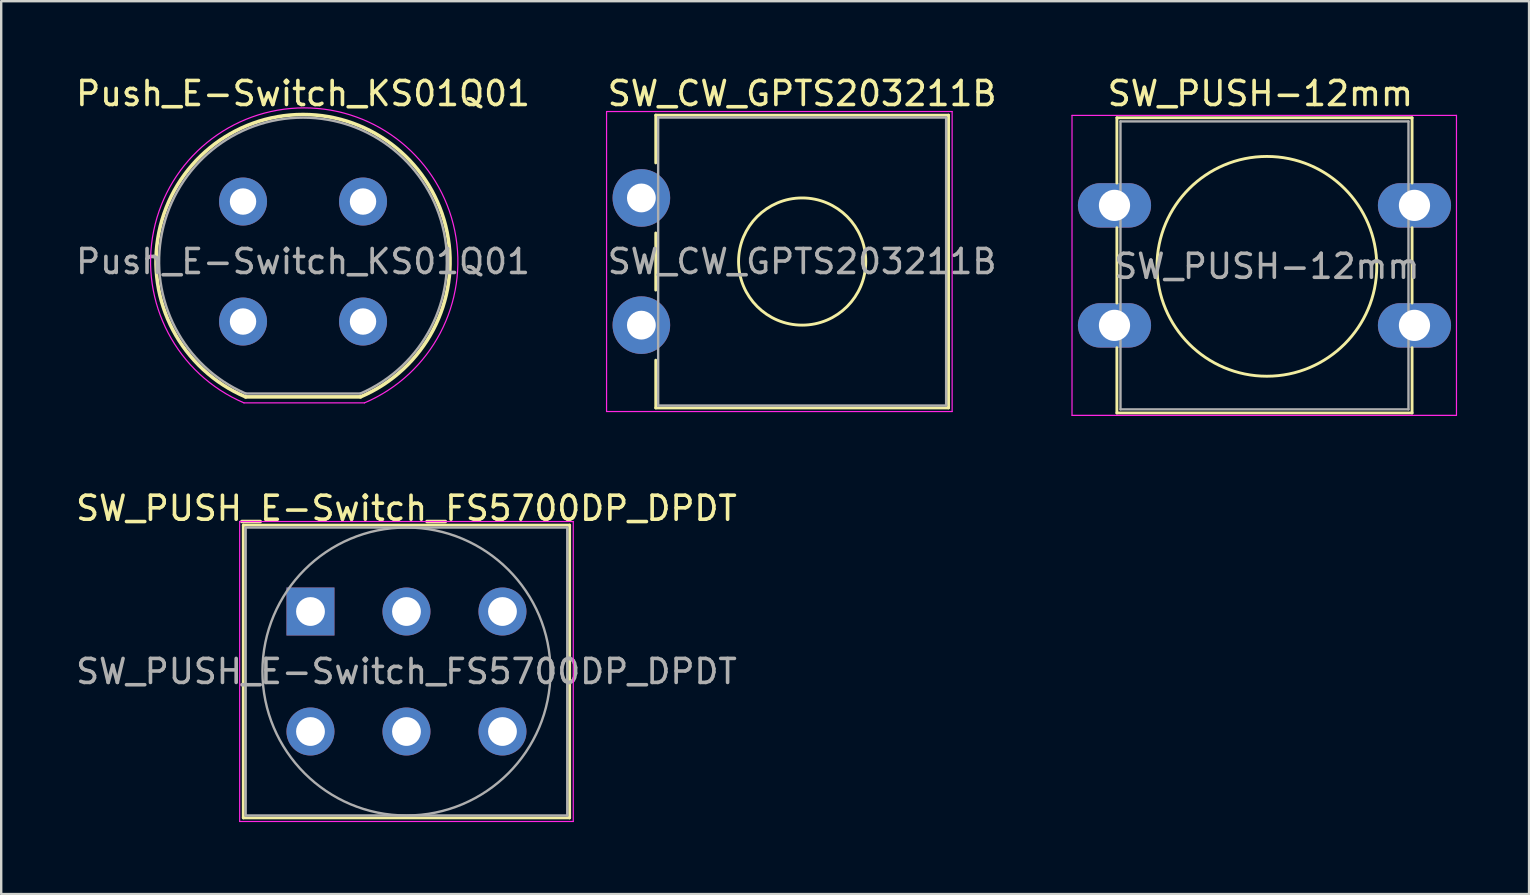
<source format=kicad_pcb>
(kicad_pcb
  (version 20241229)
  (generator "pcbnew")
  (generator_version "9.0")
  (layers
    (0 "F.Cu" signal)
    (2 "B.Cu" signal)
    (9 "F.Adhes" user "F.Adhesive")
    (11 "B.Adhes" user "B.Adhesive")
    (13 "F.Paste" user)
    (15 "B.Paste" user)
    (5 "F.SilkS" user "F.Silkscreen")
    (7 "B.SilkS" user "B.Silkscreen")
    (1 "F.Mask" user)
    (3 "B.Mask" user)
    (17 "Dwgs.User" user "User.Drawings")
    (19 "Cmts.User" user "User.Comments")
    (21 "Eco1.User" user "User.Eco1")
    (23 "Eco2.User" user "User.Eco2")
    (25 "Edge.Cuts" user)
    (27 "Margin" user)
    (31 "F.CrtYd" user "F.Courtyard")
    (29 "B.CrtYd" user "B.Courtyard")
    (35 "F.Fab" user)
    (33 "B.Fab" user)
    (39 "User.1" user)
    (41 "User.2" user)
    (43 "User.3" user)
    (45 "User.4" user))
  (footprint "SW_PUSH-12mm"
    (layer "F.Cu")
    (at 43.39 5.508)
    (property "Reference" "SW_PUSH-12mm" (at 6.08 -4.66 0) (layer "F.SilkS") (effects (font (size 1 1) (thickness 0.15))))
    (attr through_hole)
    (fp_line (start 0.1 -3.65) (end 12.4 -3.65) (stroke (width 0.12) (type solid)) (layer "F.SilkS"))
    (fp_line (start 0.1 -0.93) (end 0.1 -3.65) (stroke (width 0.12) (type solid)) (layer "F.SilkS"))
    (fp_line (start 0.1 4.07) (end 0.1 0.93) (stroke (width 0.12) (type solid)) (layer "F.SilkS"))
    (fp_line (start 0.1 8.65) (end 0.1 5.93) (stroke (width 0.12) (type solid)) (layer "F.SilkS"))
    (fp_line (start 12.4 -3.65) (end 12.4 -0.93) (stroke (width 0.12) (type solid)) (layer "F.SilkS"))
    (fp_line (start 12.4 0.93) (end 12.4 4.07) (stroke (width 0.12) (type solid)) (layer "F.SilkS"))
    (fp_line (start 12.4 5.93) (end 12.4 8.65) (stroke (width 0.12) (type solid)) (layer "F.SilkS"))
    (fp_line (start 12.4 8.65) (end 0.1 8.65) (stroke (width 0.12) (type solid)) (layer "F.SilkS"))
    (fp_circle (center 6.35 2.54) (end 10.16 5.08) (stroke (width 0.12) (type solid)) (fill no) (layer "F.SilkS"))
    (fp_line (start -1.77 -3.75) (end -1.77 8.75) (stroke (width 0.05) (type solid)) (layer "F.CrtYd"))
    (fp_line (start -1.77 -3.75) (end 14.25 -3.75) (stroke (width 0.05) (type solid)) (layer "F.CrtYd"))
    (fp_line (start 14.25 8.75) (end -1.77 8.75) (stroke (width 0.05) (type solid)) (layer "F.CrtYd"))
    (fp_line (start 14.25 8.75) (end 14.25 -3.75) (stroke (width 0.05) (type solid)) (layer "F.CrtYd"))
    (fp_line (start 0.25 -3.5) (end 0.25 8.5) (stroke (width 0.1) (type solid)) (layer "F.Fab"))
    (fp_line (start 0.25 -3.5) (end 12.25 -3.5) (stroke (width 0.1) (type solid)) (layer "F.Fab"))
    (fp_line (start 0.25 8.5) (end 12.25 8.5) (stroke (width 0.1) (type solid)) (layer "F.Fab"))
    (fp_line (start 12.25 -3.5) (end 12.25 8.5) (stroke (width 0.1) (type solid)) (layer "F.Fab"))
    (fp_text user "${REFERENCE}" (at 6.35 2.54 0) (layer "F.Fab") (effects (font (size 1 1) (thickness 0.15))))
    (pad "1" thru_hole oval (at 0 0) (size 3.048 1.85) (drill 1.3) (layers "*.Cu" "*.Mask"))
    (pad "1" thru_hole oval (at 12.5 0) (size 3.048 1.85) (drill 1.3) (layers "*.Cu" "*.Mask"))
    (pad "2" thru_hole oval (at 0 5) (size 3.048 1.85) (drill 1.3) (layers "*.Cu" "*.Mask"))
    (pad "2" thru_hole oval (at 12.5 5) (size 3.048 1.85) (drill 1.3) (layers "*.Cu" "*.Mask")))
  (footprint "Push_E-Switch_KS01Q01"
    (layer "F.Cu")
    (at 7.077 5.348)
    (property "Reference" "Push_E-Switch_KS01Q01" (at 2.5 -4.5 0) (layer "F.SilkS") (effects (font (size 1 1) (thickness 0.15))))
    (attr through_hole)
    (fp_line (start 4.89 8.14) (end 0.11 8.14) (stroke (width 0.15) (type solid)) (layer "F.SilkS"))
    (fp_arc (start 0.11 8.14) (mid 2.496283 -3.625495) (end 4.896843 8.137095) (stroke (width 0.15) (type solid)) (layer "F.SilkS"))
    (fp_line (start 0.04 8.39) (end 5.06 8.39) (stroke (width 0.05) (type solid)) (layer "F.CrtYd"))
    (fp_arc (start 0.04 8.39) (mid 2.55 -3.902515) (end 5.06 8.39) (stroke (width 0.05) (type solid)) (layer "F.CrtYd"))
    (fp_line (start 0.11 8) (end 4.89 8) (stroke (width 0.1) (type solid)) (layer "F.Fab"))
    (fp_arc (start 0.11 8) (mid 2.498654 -3.496841) (end 4.892469 7.998926) (stroke (width 0.1) (type solid)) (layer "F.Fab"))
    (fp_text user "${REFERENCE}" (at 2.5 2.5 0) (layer "F.Fab") (effects (font (size 1 1) (thickness 0.15))))
    (pad "1" thru_hole circle (at 0 0) (size 2 2) (drill 1.1) (layers "*.Cu" "*.Mask"))
    (pad "2" thru_hole circle (at 5 0) (size 2 2) (drill 1.1) (layers "*.Cu" "*.Mask"))
    (pad "3" thru_hole circle (at 0 5) (size 2 2) (drill 1.1) (layers "*.Cu" "*.Mask"))
    (pad "4" thru_hole circle (at 5 5) (size 2 2) (drill 1.1) (layers "*.Cu" "*.Mask")))
  (footprint "SW_CW_GPTS203211B"
    (layer "F.Cu")
    (at 23.675 5.198)
    (property "Reference" "SW_CW_GPTS203211B" (at 6.7 -4.35 0) (layer "F.SilkS") (effects (font (size 1 1) (thickness 0.15))))
    (attr through_hole)
    (fp_line (start 0.6 -3.45) (end 12.8 -3.45) (stroke (width 0.12) (type solid)) (layer "F.SilkS"))
    (fp_line (start 0.6 -1.46) (end 0.6 -3.45) (stroke (width 0.12) (type solid)) (layer "F.SilkS"))
    (fp_line (start 0.6 1.46) (end 0.6 3.84) (stroke (width 0.12) (type solid)) (layer "F.SilkS"))
    (fp_line (start 0.6 8.75) (end 0.6 6.76) (stroke (width 0.12) (type solid)) (layer "F.SilkS"))
    (fp_line (start 12.8 -3.45) (end 12.8 8.75) (stroke (width 0.12) (type solid)) (layer "F.SilkS"))
    (fp_line (start 12.8 8.75) (end 0.6 8.75) (stroke (width 0.12) (type solid)) (layer "F.SilkS"))
    (fp_circle (center 6.7 2.65) (end 9.35 2.65) (stroke (width 0.12) (type solid)) (fill no) (layer "F.SilkS"))
    (fp_line (start -1.45 -3.6) (end -1.45 8.9) (stroke (width 0.05) (type solid)) (layer "F.CrtYd"))
    (fp_line (start -1.45 8.9) (end 12.95 8.9) (stroke (width 0.05) (type solid)) (layer "F.CrtYd"))
    (fp_line (start 12.95 -3.6) (end -1.45 -3.6) (stroke (width 0.05) (type solid)) (layer "F.CrtYd"))
    (fp_line (start 12.95 8.9) (end 12.95 -3.6) (stroke (width 0.05) (type solid)) (layer "F.CrtYd"))
    (fp_line (start 0.7 -3.35) (end 0.7 8.65) (stroke (width 0.1) (type solid)) (layer "F.Fab"))
    (fp_line (start 0.7 8.65) (end 12.7 8.65) (stroke (width 0.1) (type solid)) (layer "F.Fab"))
    (fp_line (start 12.7 -3.35) (end 0.7 -3.35) (stroke (width 0.1) (type solid)) (layer "F.Fab"))
    (fp_line (start 12.7 8.65) (end 12.7 -3.35) (stroke (width 0.1) (type solid)) (layer "F.Fab"))
    (fp_text user "${REFERENCE}" (at 6.7 2.65 0) (layer "F.Fab") (effects (font (size 1 1) (thickness 0.15))))
    (pad "1" thru_hole circle (at 0 0) (size 2.4 2.4) (drill 1.2) (layers "*.Cu" "*.Mask"))
    (pad "2" thru_hole circle (at 0 5.3) (size 2.4 2.4) (drill 1.2) (layers "*.Cu" "*.Mask")))
  (footprint "SW_PUSH_E-Switch_FS5700DP_DPDT"
    (layer "F.Cu")
    (at 9.887 22.431)
    (property "Reference" "SW_PUSH_E-Switch_FS5700DP_DPDT" (at 4 -4.3 0) (layer "F.SilkS") (effects (font (size 1 1) (thickness 0.15))))
    (attr through_hole)
    (fp_line (start -2.8 -3.6) (end -2.8 8.6) (stroke (width 0.12) (type solid)) (layer "F.SilkS"))
    (fp_line (start -2.8 -3.6) (end 10.8 -3.6) (stroke (width 0.12) (type solid)) (layer "F.SilkS"))
    (fp_line (start 10.8 8.6) (end -2.8 8.6) (stroke (width 0.12) (type solid)) (layer "F.SilkS"))
    (fp_line (start 10.8 8.6) (end 10.8 -3.6) (stroke (width 0.12) (type solid)) (layer "F.SilkS"))
    (fp_line (start -2.95 -3.75) (end 10.95 -3.75) (stroke (width 0.05) (type solid)) (layer "F.CrtYd"))
    (fp_line (start -2.95 8.75) (end -2.95 -3.75) (stroke (width 0.05) (type solid)) (layer "F.CrtYd"))
    (fp_line (start 10.95 -3.75) (end 10.95 8.75) (stroke (width 0.05) (type solid)) (layer "F.CrtYd"))
    (fp_line (start 10.95 8.75) (end -2.95 8.75) (stroke (width 0.05) (type solid)) (layer "F.CrtYd"))
    (fp_line (start -2.7 -3.5) (end 10.7 -3.5) (stroke (width 0.1) (type solid)) (layer "F.Fab"))
    (fp_line (start -2.7 8.5) (end -2.7 -3.5) (stroke (width 0.1) (type solid)) (layer "F.Fab"))
    (fp_line (start 10.7 -3.5) (end 10.7 8.5) (stroke (width 0.1) (type solid)) (layer "F.Fab"))
    (fp_line (start 10.7 8.5) (end -2.7 8.5) (stroke (width 0.1) (type solid)) (layer "F.Fab"))
    (fp_circle (center 4 2.5) (end 10 2.6) (stroke (width 0.1) (type solid)) (fill no) (layer "F.Fab"))
    (fp_text user "${REFERENCE}" (at 4 2.5 0) (layer "F.Fab") (effects (font (size 1 1) (thickness 0.15))))
    (pad "1" thru_hole rect (at 0 0) (size 2 2) (drill 1.2) (layers "*.Cu" "*.Mask"))
    (pad "2" thru_hole circle (at 4 0) (size 2 2) (drill 1.2) (layers "*.Cu" "*.Mask"))
    (pad "3" thru_hole circle (at 8 0) (size 2 2) (drill 1.2) (layers "*.Cu" "*.Mask"))
    (pad "4" thru_hole circle (at 0 5) (size 2 2) (drill 1.2) (layers "*.Cu" "*.Mask"))
    (pad "5" thru_hole circle (at 4 5) (size 2 2) (drill 1.2) (layers "*.Cu" "*.Mask"))
    (pad "6" thru_hole circle (at 8 5) (size 2 2) (drill 1.2) (layers "*.Cu" "*.Mask")))
  (gr_rect
    (start -3 -3)
    (end 60.665 34.206)
    (stroke (width 0.1) (type default))
    (fill no)
    (layer "Edge.Cuts")))
</source>
